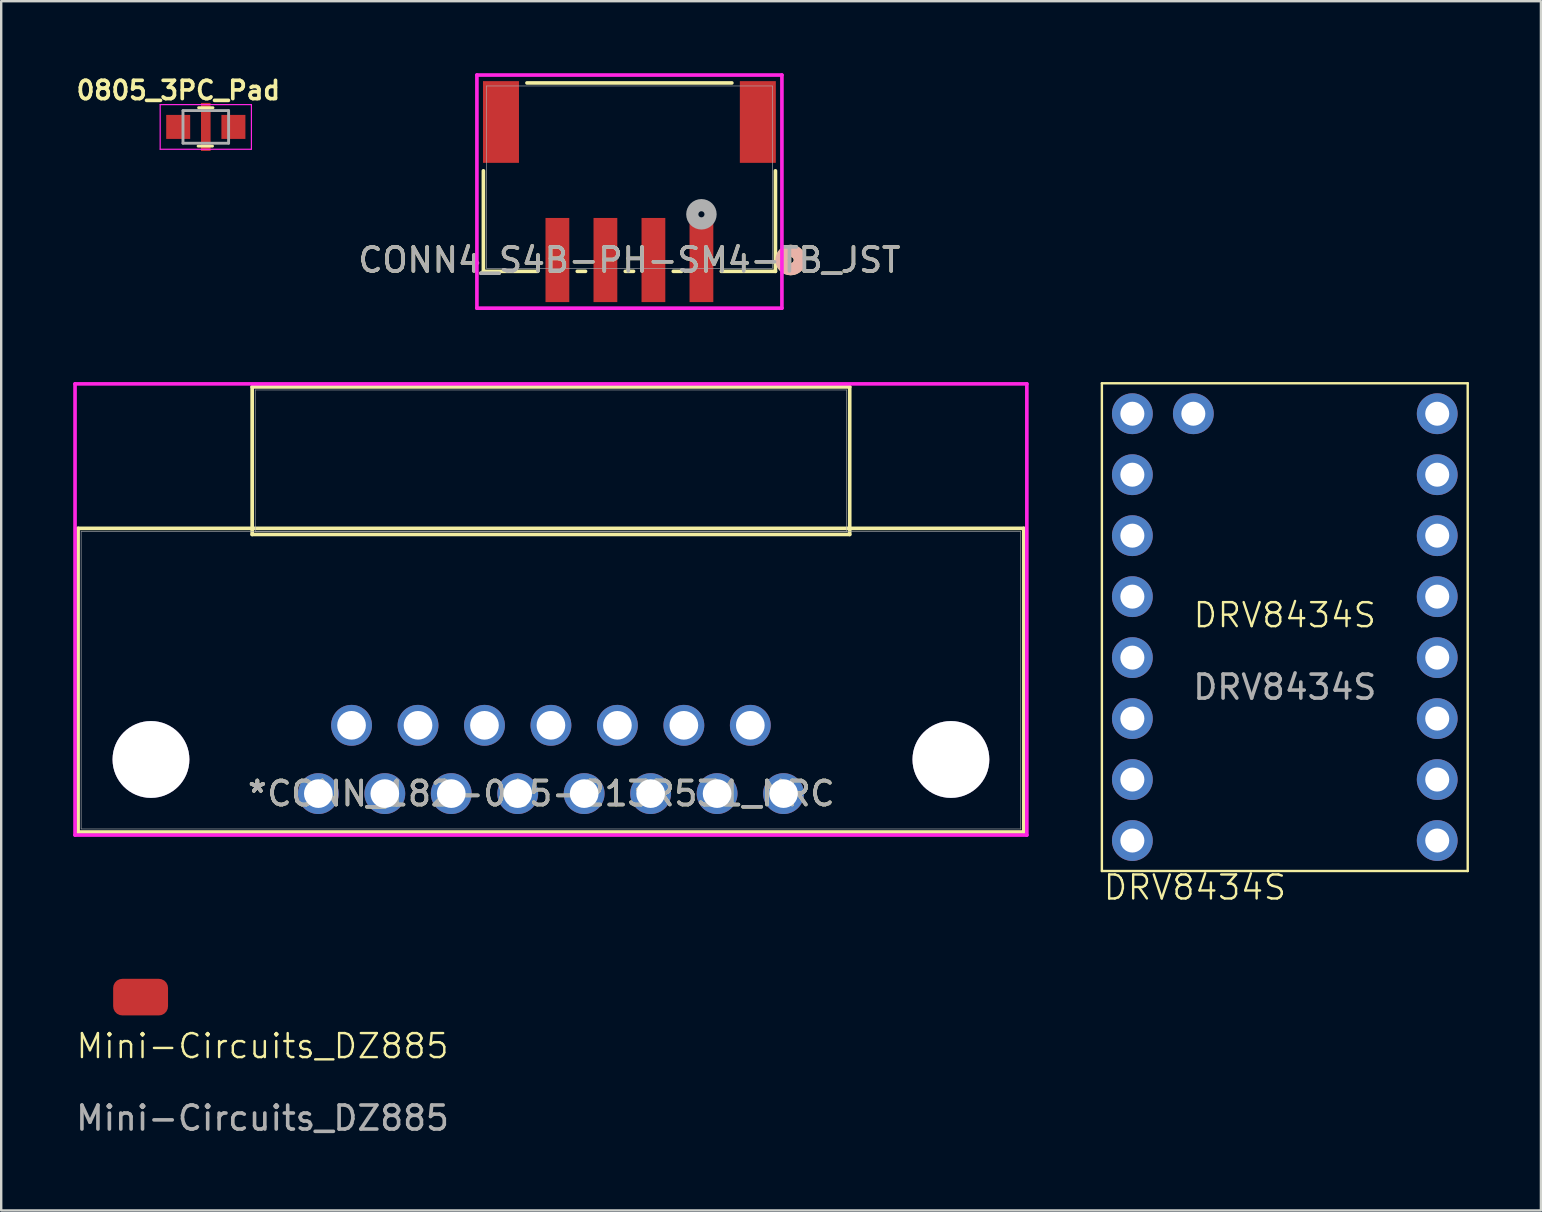
<source format=kicad_pcb>
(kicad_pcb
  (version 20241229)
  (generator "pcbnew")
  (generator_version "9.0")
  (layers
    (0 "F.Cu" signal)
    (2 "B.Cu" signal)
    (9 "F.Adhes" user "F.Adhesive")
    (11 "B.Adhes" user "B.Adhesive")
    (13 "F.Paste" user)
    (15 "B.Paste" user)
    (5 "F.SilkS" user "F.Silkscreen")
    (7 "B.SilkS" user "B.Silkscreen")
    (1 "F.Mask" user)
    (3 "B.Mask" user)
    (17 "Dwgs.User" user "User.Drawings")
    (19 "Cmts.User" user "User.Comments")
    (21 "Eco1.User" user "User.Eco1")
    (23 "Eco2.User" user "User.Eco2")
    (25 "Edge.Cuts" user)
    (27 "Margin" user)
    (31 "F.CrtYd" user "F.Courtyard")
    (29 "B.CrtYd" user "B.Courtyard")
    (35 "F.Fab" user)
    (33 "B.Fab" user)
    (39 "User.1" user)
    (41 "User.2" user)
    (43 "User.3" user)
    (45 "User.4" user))
  (footprint "0805_3PC_Pad"
    (layer "F.Cu")
    (at 5.523 2.237)
    (property "Reference" "0805_3PC_Pad" (at -1.143 -1.524 0) (layer "F.SilkS") (effects (font (size 0.762 0.762) (thickness 0.152))))
    (attr smd)
    (fp_line (start -0.32 0.8) (end 0.28 0.8) (stroke (width 0.12) (type solid)) (layer "F.SilkS"))
    (fp_line (start -0.3 -0.8) (end 0.3 -0.8) (stroke (width 0.12) (type solid)) (layer "F.SilkS"))
    (fp_line (start -1.9 -0.93) (end 1.9 -0.93) (stroke (width 0.05) (type solid)) (layer "F.CrtYd"))
    (fp_line (start -1.9 0.93) (end -1.9 -0.93) (stroke (width 0.05) (type solid)) (layer "F.CrtYd"))
    (fp_line (start -1.9 0.93) (end 1.9 0.93) (stroke (width 0.05) (type solid)) (layer "F.CrtYd"))
    (fp_line (start 1.9 0.93) (end 1.9 -0.93) (stroke (width 0.05) (type solid)) (layer "F.CrtYd"))
    (fp_line (start -0.95 -0.68) (end 0.95 -0.68) (stroke (width 0.12) (type solid)) (layer "F.Fab"))
    (fp_line (start -0.95 -0.675) (end -0.95 0.675) (stroke (width 0.12) (type solid)) (layer "F.Fab"))
    (fp_line (start -0.95 0.68) (end 0.95 0.68) (stroke (width 0.12) (type solid)) (layer "F.Fab"))
    (fp_line (start 0.95 -0.675) (end 0.95 0.675) (stroke (width 0.12) (type solid)) (layer "F.Fab"))
    (pad "1" smd trapezoid (at -1.15 0) (size 1 1) (layers "F.Cu" "F.Mask" "F.Paste"))
    (pad "2" smd rect (at 1.15 0) (size 1 1) (layers "F.Cu" "F.Mask" "F.Paste"))
    (pad "3" smd rect (at 0 0) (size 0.4 2) (layers "F.Cu" "F.Mask" "F.Paste")))
  (footprint "DRV8434S"
    (layer "F.Cu")
    (at 50.472 23.075)
    (property "Reference" "DRV8434S" (at 0 -0.5 0) (unlocked yes) (layer "F.SilkS") (effects (font (size 1 1) (thickness 0.1))))
    (attr through_hole)
    (fp_line (start -7.62 -10.16) (end 7.62 -10.16) (stroke (width 0.1) (type default)) (layer "F.SilkS"))
    (fp_line (start -7.62 10.16) (end -7.62 -10.16) (stroke (width 0.1) (type default)) (layer "F.SilkS"))
    (fp_line (start 7.62 -10.16) (end 7.62 10.16) (stroke (width 0.1) (type default)) (layer "F.SilkS"))
    (fp_line (start 7.62 10.16) (end -7.62 10.16) (stroke (width 0.1) (type default)) (layer "F.SilkS"))
    (fp_text user "DRV8434S" (at -7.62 11.43 0) (unlocked yes) (layer "F.SilkS") (effects (font (size 1 1) (thickness 0.1)) (justify left bottom)))
    (fp_text user "${REFERENCE}" (at 0 2.5 0) (unlocked yes) (layer "F.Fab") (effects (font (size 1 1) (thickness 0.15))))
    (pad "0" thru_hole circle (at -3.81 -8.89) (size 1.7 1.7) (drill 1) (layers "*.Cu" "*.Mask"))
    (pad "1" thru_hole circle (at -6.35 -8.89) (size 1.7 1.7) (drill 1) (layers "*.Cu" "*.Mask"))
    (pad "2" thru_hole circle (at -6.35 -6.35) (size 1.7 1.7) (drill 1) (layers "*.Cu" "*.Mask"))
    (pad "3" thru_hole circle (at -6.35 -3.81) (size 1.7 1.7) (drill 1) (layers "*.Cu" "*.Mask"))
    (pad "4" thru_hole circle (at -6.35 -1.27) (size 1.7 1.7) (drill 1) (layers "*.Cu" "*.Mask"))
    (pad "5" thru_hole circle (at -6.35 1.27) (size 1.7 1.7) (drill 1) (layers "*.Cu" "*.Mask"))
    (pad "6" thru_hole circle (at -6.35 3.81) (size 1.7 1.7) (drill 1) (layers "*.Cu" "*.Mask"))
    (pad "7" thru_hole circle (at -6.35 6.35) (size 1.7 1.7) (drill 1) (layers "*.Cu" "*.Mask"))
    (pad "8" thru_hole circle (at -6.35 8.89) (size 1.7 1.7) (drill 1) (layers "*.Cu" "*.Mask"))
    (pad "9" thru_hole circle (at 6.35 8.89) (size 1.7 1.7) (drill 1) (layers "*.Cu" "*.Mask"))
    (pad "10" thru_hole circle (at 6.35 6.35) (size 1.7 1.7) (drill 1) (layers "*.Cu" "*.Mask"))
    (pad "11" thru_hole circle (at 6.35 3.81) (size 1.7 1.7) (drill 1) (layers "*.Cu" "*.Mask"))
    (pad "12" thru_hole circle (at 6.35 1.27) (size 1.7 1.7) (drill 1) (layers "*.Cu" "*.Mask"))
    (pad "13" thru_hole circle (at 6.35 -1.27) (size 1.7 1.7) (drill 1) (layers "*.Cu" "*.Mask"))
    (pad "14" thru_hole circle (at 6.35 -3.81) (size 1.7 1.7) (drill 1) (layers "*.Cu" "*.Mask"))
    (pad "15" thru_hole circle (at 6.35 -6.35) (size 1.7 1.7) (drill 1) (layers "*.Cu" "*.Mask"))
    (pad "16" thru_hole circle (at 6.35 -8.89) (size 1.7 1.7) (drill 1) (layers "*.Cu" "*.Mask")))
  (footprint "CONN_182-015-213R531_NRC"
    (layer "F.Cu")
    (at 10.211 30.01)
    (property "Reference" "CONN_182-015-213R531_NRC" (at 9.69 0 0) (unlocked yes) (layer "F.SilkS") (effects (font (size 1 1) (thickness 0.15))))
    (attr through_hole)
    (fp_line (start -10.008 -11.049) (end -10.008 1.6) (stroke (width 0.152) (type solid)) (layer "F.SilkS"))
    (fp_line (start -10.008 1.6) (end 29.388 1.6) (stroke (width 0.152) (type solid)) (layer "F.SilkS"))
    (fp_line (start -2.756 -16.942) (end -2.756 -10.795) (stroke (width 0.152) (type solid)) (layer "F.SilkS"))
    (fp_line (start -2.756 -10.795) (end 22.136 -10.795) (stroke (width 0.152) (type solid)) (layer "F.SilkS"))
    (fp_line (start 22.136 -16.942) (end -2.756 -16.942) (stroke (width 0.152) (type solid)) (layer "F.SilkS"))
    (fp_line (start 22.136 -10.795) (end 22.136 -16.942) (stroke (width 0.152) (type solid)) (layer "F.SilkS"))
    (fp_line (start 29.388 -11.049) (end -10.008 -11.049) (stroke (width 0.152) (type solid)) (layer "F.SilkS"))
    (fp_line (start 29.388 1.6) (end 29.388 -11.049) (stroke (width 0.152) (type solid)) (layer "F.SilkS"))
    (fp_line (start -10.135 -17.069) (end -10.135 1.727) (stroke (width 0.152) (type solid)) (layer "F.CrtYd"))
    (fp_line (start -10.135 1.727) (end 29.515 1.727) (stroke (width 0.152) (type solid)) (layer "F.CrtYd"))
    (fp_line (start 29.515 -17.069) (end -10.135 -17.069) (stroke (width 0.152) (type solid)) (layer "F.CrtYd"))
    (fp_line (start 29.515 1.727) (end 29.515 -17.069) (stroke (width 0.152) (type solid)) (layer "F.CrtYd"))
    (fp_line (start -9.881 -10.922) (end -9.881 1.473) (stroke (width 0.025) (type solid)) (layer "F.Fab"))
    (fp_line (start -9.881 1.473) (end 29.261 1.473) (stroke (width 0.025) (type solid)) (layer "F.Fab"))
    (fp_line (start -2.629 -16.815) (end -2.629 -10.922) (stroke (width 0.025) (type solid)) (layer "F.Fab"))
    (fp_line (start -2.629 -10.922) (end 22.009 -10.922) (stroke (width 0.025) (type solid)) (layer "F.Fab"))
    (fp_line (start 22.009 -16.815) (end -2.629 -16.815) (stroke (width 0.025) (type solid)) (layer "F.Fab"))
    (fp_line (start 22.009 -10.922) (end 22.009 -16.815) (stroke (width 0.025) (type solid)) (layer "F.Fab"))
    (fp_line (start 29.261 -10.922) (end -9.881 -10.922) (stroke (width 0.025) (type solid)) (layer "F.Fab"))
    (fp_line (start 29.261 1.473) (end 29.261 -10.922) (stroke (width 0.025) (type solid)) (layer "F.Fab"))
    (fp_text user "*" (at -2.54 0 0) (unlocked yes) (layer "F.SilkS") (effects (font (size 1 1) (thickness 0.15))))
    (fp_text user "*" (at -2.54 0 0) (layer "F.SilkS") (effects (font (size 1 1) (thickness 0.15))))
    (fp_text user "*" (at -2.54 0 0) (unlocked yes) (layer "F.Fab") (effects (font (size 1 1) (thickness 0.15))))
    (fp_text user "${REFERENCE}" (at 9.69 0 0) (unlocked yes) (layer "F.Fab") (effects (font (size 1 1) (thickness 0.15))))
    (fp_text user "*" (at -2.54 0 0) (layer "F.Fab") (effects (font (size 1 1) (thickness 0.15))))
    (pad "1" thru_hole circle (at 0 0) (size 1.702 1.702) (drill 1.194) (layers "*.Cu" "*.Mask"))
    (pad "2" thru_hole circle (at 2.769 0) (size 1.702 1.702) (drill 1.194) (layers "*.Cu" "*.Mask"))
    (pad "3" thru_hole circle (at 5.537 0) (size 1.702 1.702) (drill 1.194) (layers "*.Cu" "*.Mask"))
    (pad "4" thru_hole circle (at 8.306 0) (size 1.702 1.702) (drill 1.194) (layers "*.Cu" "*.Mask"))
    (pad "5" thru_hole circle (at 11.074 0) (size 1.702 1.702) (drill 1.194) (layers "*.Cu" "*.Mask"))
    (pad "6" thru_hole circle (at 13.843 0) (size 1.702 1.702) (drill 1.194) (layers "*.Cu" "*.Mask"))
    (pad "7" thru_hole circle (at 16.612 0) (size 1.702 1.702) (drill 1.194) (layers "*.Cu" "*.Mask"))
    (pad "8" thru_hole circle (at 19.38 0) (size 1.702 1.702) (drill 1.194) (layers "*.Cu" "*.Mask"))
    (pad "9" thru_hole circle (at 1.384 -2.845) (size 1.702 1.702) (drill 1.194) (layers "*.Cu" "*.Mask"))
    (pad "10" thru_hole circle (at 4.153 -2.845) (size 1.702 1.702) (drill 1.194) (layers "*.Cu" "*.Mask"))
    (pad "11" thru_hole circle (at 6.921 -2.845) (size 1.702 1.702) (drill 1.194) (layers "*.Cu" "*.Mask"))
    (pad "12" thru_hole circle (at 9.69 -2.845) (size 1.702 1.702) (drill 1.194) (layers "*.Cu" "*.Mask"))
    (pad "13" thru_hole circle (at 12.459 -2.845) (size 1.702 1.702) (drill 1.194) (layers "*.Cu" "*.Mask"))
    (pad "14" thru_hole circle (at 15.227 -2.845) (size 1.702 1.702) (drill 1.194) (layers "*.Cu" "*.Mask"))
    (pad "15" thru_hole circle (at 17.996 -2.845) (size 1.702 1.702) (drill 1.194) (layers "*.Cu" "*.Mask"))
    (pad "16" thru_hole circle (at -6.972 -1.422) (size 3.2 3.2) (drill 3.2) (layers "*.Cu" "*.Mask"))
    (pad "17" thru_hole circle (at 26.352 -1.422) (size 3.2 3.2) (drill 3.2) (layers "*.Cu" "*.Mask")))
  (footprint "Mini-Circuits_DZ885"
    (layer "F.Cu")
    (at 7.887 41.028)
    (property "Reference" "Mini-Circuits_DZ885" (at 0 -0.5 0) (unlocked yes) (layer "F.SilkS") (effects (font (size 1 1) (thickness 0.1))))
    (attr smd)
    (fp_text user "${REFERENCE}" (at 0 2.5 0) (unlocked yes) (layer "F.Fab") (effects (font (size 1 1) (thickness 0.15))))
    (pad "1" smd roundrect (at -5.08 -2.54) (size 2.286 1.524) (layers "F.Cu" "F.Mask" "F.Paste") (roundrect_rratio 0.25)))
  (footprint "CONN4_S4B-PH-SM4-TB_JST"
    (layer "F.Cu")
    (at 23.17 4.329)
    (property "Reference" "CONN4_S4B-PH-SM4-TB_JST" (at 0 3.453 0) (unlocked yes) (layer "F.SilkS") (effects (font (size 1 1) (thickness 0.15))))
    (attr smd)
    (fp_line (start -6.083 -0.263) (end -6.083 3.924) (stroke (width 0.152) (type solid)) (layer "F.SilkS"))
    (fp_line (start -6.083 3.924) (end -3.828 3.924) (stroke (width 0.152) (type solid)) (layer "F.SilkS"))
    (fp_line (start -2.172 3.924) (end -1.828 3.924) (stroke (width 0.152) (type solid)) (layer "F.SilkS"))
    (fp_line (start -0.172 3.924) (end 0.172 3.924) (stroke (width 0.152) (type solid)) (layer "F.SilkS"))
    (fp_line (start 1.828 3.924) (end 2.172 3.924) (stroke (width 0.152) (type solid)) (layer "F.SilkS"))
    (fp_line (start 3.828 3.924) (end 6.083 3.924) (stroke (width 0.152) (type solid)) (layer "F.SilkS"))
    (fp_line (start 4.268 -3.924) (end -4.268 -3.924) (stroke (width 0.152) (type solid)) (layer "F.SilkS"))
    (fp_line (start 6.083 3.924) (end 6.083 -0.263) (stroke (width 0.152) (type solid)) (layer "F.SilkS"))
    (fp_circle (center 6.718 3.453) (end 7.099 3.453) (stroke (width 0.508) (type solid)) (fill no) (layer "F.SilkS"))
    (fp_circle (center 6.718 3.453) (end 7.099 3.453) (stroke (width 0.508) (type solid)) (fill no) (layer "B.SilkS"))
    (fp_line (start -6.353 -4.253) (end -6.353 5.459) (stroke (width 0.152) (type solid)) (layer "F.CrtYd"))
    (fp_line (start -6.353 5.459) (end 6.353 5.459) (stroke (width 0.152) (type solid)) (layer "F.CrtYd"))
    (fp_line (start 6.353 -4.253) (end -6.353 -4.253) (stroke (width 0.152) (type solid)) (layer "F.CrtYd"))
    (fp_line (start 6.353 5.459) (end 6.353 -4.253) (stroke (width 0.152) (type solid)) (layer "F.CrtYd"))
    (fp_line (start -5.956 -3.797) (end -5.956 3.797) (stroke (width 0.025) (type solid)) (layer "F.Fab"))
    (fp_line (start -5.956 3.797) (end 5.956 3.797) (stroke (width 0.025) (type solid)) (layer "F.Fab"))
    (fp_line (start 5.956 -3.797) (end -5.956 -3.797) (stroke (width 0.025) (type solid)) (layer "F.Fab"))
    (fp_line (start 5.956 3.797) (end 5.956 -3.797) (stroke (width 0.025) (type solid)) (layer "F.Fab"))
    (fp_circle (center 3 1.548) (end 3.381 1.548) (stroke (width 0.508) (type solid)) (fill no) (layer "F.Fab"))
    (fp_text user "${REFERENCE}" (at 0 3.453 0) (unlocked yes) (layer "F.Fab") (effects (font (size 1 1) (thickness 0.15))))
    (pad "1" smd rect (at 3 3.453) (size 0.991 3.505) (layers "F.Cu" "F.Mask" "F.Paste"))
    (pad "2" smd rect (at 1 3.453) (size 0.991 3.505) (layers "F.Cu" "F.Mask" "F.Paste"))
    (pad "3" smd rect (at -1 3.453) (size 0.991 3.505) (layers "F.Cu" "F.Mask" "F.Paste"))
    (pad "4" smd rect (at -3 3.453) (size 0.991 3.505) (layers "F.Cu" "F.Mask" "F.Paste"))
    (pad "5" smd rect (at -5.35 -2.297) (size 1.499 3.404) (layers "F.Cu" "F.Mask" "F.Paste"))
    (pad "6" smd rect (at 5.35 -2.297) (size 1.499 3.404) (layers "F.Cu" "F.Mask" "F.Paste")))
  (gr_rect
    (start -3 -3)
    (end 61.142 47.376)
    (stroke (width 0.1) (type default))
    (fill no)
    (layer "Edge.Cuts")))
</source>
